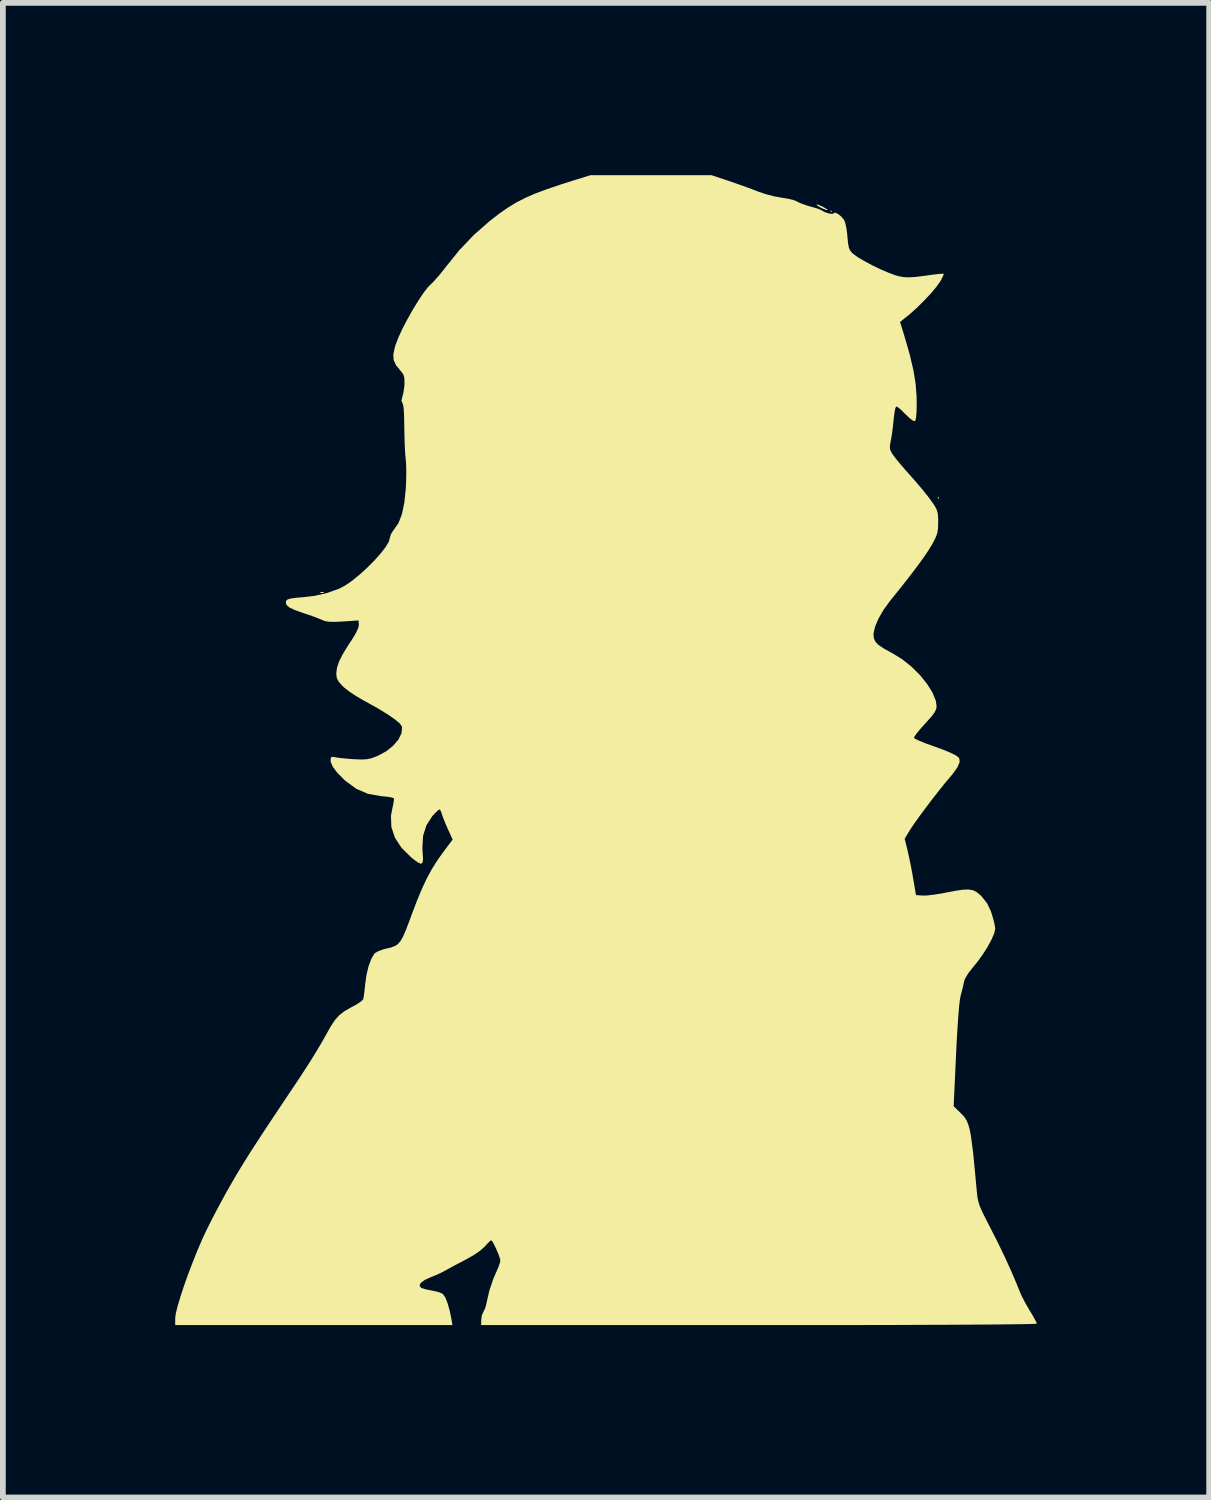
<source format=kicad_pcb>
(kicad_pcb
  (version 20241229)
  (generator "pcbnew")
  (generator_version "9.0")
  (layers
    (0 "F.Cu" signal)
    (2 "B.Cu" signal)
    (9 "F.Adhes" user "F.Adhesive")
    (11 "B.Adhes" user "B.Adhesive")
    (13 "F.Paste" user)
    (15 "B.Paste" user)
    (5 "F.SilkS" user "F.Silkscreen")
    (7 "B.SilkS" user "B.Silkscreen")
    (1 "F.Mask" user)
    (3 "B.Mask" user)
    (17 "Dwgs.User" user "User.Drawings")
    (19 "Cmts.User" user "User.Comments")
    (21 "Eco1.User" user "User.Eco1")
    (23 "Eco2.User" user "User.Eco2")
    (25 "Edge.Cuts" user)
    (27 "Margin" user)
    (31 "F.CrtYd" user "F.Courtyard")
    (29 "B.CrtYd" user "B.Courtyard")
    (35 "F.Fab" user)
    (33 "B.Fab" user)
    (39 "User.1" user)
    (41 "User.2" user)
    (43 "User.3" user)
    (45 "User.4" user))
  (footprint "rouka"
    (layer "F.Cu")
    (at 9.48 10.009)
    (property "Reference" "rouka" (at 0 0 0) (layer "F.SilkS") (effects (font (size 1.524 1.524) (thickness 0.3))))
    (attr through_hole)
    (fp_poly (pts (xy 1.952 -9.382) (xy 1.938 -9.368) (xy 1.924 -9.382) (xy 1.938 -9.396)) (stroke (width 0) (type solid)) (fill yes) (layer "F.SilkS"))
    (fp_poly (pts (xy 3.82 -4.391) (xy 3.806 -4.377) (xy 3.792 -4.391) (xy 3.806 -4.405)) (stroke (width 0) (type solid)) (fill yes) (layer "F.SilkS"))
    (fp_poly (pts (xy -6.894 -2.749) (xy -6.903 -2.737) (xy -6.931 -2.735) (xy -6.961 -2.741) (xy -6.948 -2.751) (xy -6.904 -2.755)) (stroke (width 0) (type solid)) (fill yes) (layer "F.SilkS"))
    (fp_poly (pts (xy 1.713 -9.495) (xy 1.773 -9.47) (xy 1.803 -9.455) (xy 1.866 -9.418) (xy 1.881 -9.4) (xy 1.854 -9.404) (xy 1.788 -9.43) (xy 1.763 -9.442) (xy 1.706 -9.474) (xy 1.683 -9.497) (xy 1.683 -9.5)) (stroke (width 0) (type solid)) (fill yes) (layer "F.SilkS"))
    (fp_poly (pts (xy 0.158 -9.909) (xy 0.307 -9.857) (xy 0.463 -9.802) (xy 0.602 -9.75) (xy 0.669 -9.724) (xy 0.803 -9.678) (xy 0.952 -9.64) (xy 1.079 -9.617) (xy 1.189 -9.6) (xy 1.285 -9.576) (xy 1.347 -9.551) (xy 1.347 -9.55) (xy 1.411 -9.519) (xy 1.505 -9.485) (xy 1.576 -9.464) (xy 1.669 -9.438) (xy 1.74 -9.413) (xy 1.769 -9.399) (xy 1.829 -9.366) (xy 1.898 -9.343) (xy 1.958 -9.335) (xy 1.987 -9.348) (xy 2.012 -9.357) (xy 2.061 -9.334) (xy 2.117 -9.287) (xy 2.164 -9.232) (xy 2.185 -9.178) (xy 2.205 -9.086) (xy 2.22 -8.973) (xy 2.222 -8.945) (xy 2.233 -8.828) (xy 2.247 -8.752) (xy 2.268 -8.7) (xy 2.303 -8.658) (xy 2.322 -8.64) (xy 2.399 -8.584) (xy 2.514 -8.515) (xy 2.652 -8.442) (xy 2.799 -8.371) (xy 2.941 -8.31) (xy 3.063 -8.265) (xy 3.125 -8.248) (xy 3.211 -8.234) (xy 3.301 -8.231) (xy 3.412 -8.238) (xy 3.559 -8.257) (xy 3.584 -8.26) (xy 3.707 -8.277) (xy 3.809 -8.289) (xy 3.877 -8.294) (xy 3.9 -8.294) (xy 3.893 -8.266) (xy 3.864 -8.206) (xy 3.836 -8.156) (xy 3.771 -8.065) (xy 3.675 -7.95) (xy 3.557 -7.825) (xy 3.431 -7.7) (xy 3.306 -7.588) (xy 3.263 -7.554) (xy 3.139 -7.454) (xy 3.228 -7.164) (xy 3.312 -6.869) (xy 3.372 -6.61) (xy 3.41 -6.376) (xy 3.427 -6.153) (xy 3.429 -6.047) (xy 3.426 -5.891) (xy 3.417 -5.785) (xy 3.402 -5.732) (xy 3.397 -5.727) (xy 3.362 -5.736) (xy 3.302 -5.782) (xy 3.229 -5.852) (xy 3.16 -5.921) (xy 3.103 -5.968) (xy 3.071 -5.983) (xy 3.07 -5.982) (xy 3.056 -5.949) (xy 3.042 -5.875) (xy 3.029 -5.775) (xy 3.027 -5.751) (xy 3.013 -5.621) (xy 2.996 -5.491) (xy 2.978 -5.389) (xy 2.962 -5.3) (xy 2.964 -5.24) (xy 2.988 -5.184) (xy 3.018 -5.138) (xy 3.065 -5.075) (xy 3.14 -4.984) (xy 3.231 -4.878) (xy 3.317 -4.782) (xy 3.422 -4.662) (xy 3.528 -4.537) (xy 3.621 -4.421) (xy 3.673 -4.352) (xy 3.738 -4.259) (xy 3.776 -4.189) (xy 3.795 -4.123) (xy 3.802 -4.039) (xy 3.803 -3.975) (xy 3.8 -3.863) (xy 3.787 -3.777) (xy 3.755 -3.694) (xy 3.705 -3.596) (xy 3.64 -3.488) (xy 3.552 -3.357) (xy 3.437 -3.199) (xy 3.293 -3.01) (xy 3.117 -2.787) (xy 2.96 -2.592) (xy 2.851 -2.442) (xy 2.764 -2.291) (xy 2.704 -2.15) (xy 2.677 -2.032) (xy 2.677 -2.013) (xy 2.683 -1.945) (xy 2.709 -1.888) (xy 2.76 -1.834) (xy 2.846 -1.775) (xy 2.974 -1.703) (xy 3.011 -1.684) (xy 3.179 -1.58) (xy 3.339 -1.452) (xy 3.485 -1.307) (xy 3.608 -1.155) (xy 3.703 -1.004) (xy 3.76 -0.864) (xy 3.775 -0.765) (xy 3.768 -0.715) (xy 3.742 -0.66) (xy 3.691 -0.591) (xy 3.607 -0.496) (xy 3.573 -0.459) (xy 3.491 -0.368) (xy 3.427 -0.29) (xy 3.389 -0.234) (xy 3.381 -0.213) (xy 3.41 -0.193) (xy 3.481 -0.16) (xy 3.582 -0.119) (xy 3.682 -0.083) (xy 3.876 -0.013) (xy 4.019 0.046) (xy 4.114 0.094) (xy 4.165 0.135) (xy 4.169 0.141) (xy 4.177 0.206) (xy 4.138 0.299) (xy 4.052 0.419) (xy 4.012 0.466) (xy 3.923 0.571) (xy 3.817 0.704) (xy 3.701 0.852) (xy 3.585 1.005) (xy 3.476 1.152) (xy 3.384 1.281) (xy 3.316 1.382) (xy 3.302 1.405) (xy 3.219 1.542) (xy 3.268 1.74) (xy 3.294 1.857) (xy 3.325 2.005) (xy 3.354 2.159) (xy 3.366 2.231) (xy 3.416 2.523) (xy 3.53 2.532) (xy 3.607 2.53) (xy 3.72 2.517) (xy 3.85 2.497) (xy 3.924 2.483) (xy 4.101 2.449) (xy 4.235 2.429) (xy 4.334 2.426) (xy 4.411 2.44) (xy 4.474 2.472) (xy 4.535 2.523) (xy 4.562 2.55) (xy 4.654 2.666) (xy 4.719 2.802) (xy 4.738 2.86) (xy 4.768 2.963) (xy 4.788 3.053) (xy 4.796 3.108) (xy 4.779 3.186) (xy 4.733 3.294) (xy 4.665 3.421) (xy 4.581 3.554) (xy 4.489 3.681) (xy 4.434 3.748) (xy 4.33 3.879) (xy 4.268 3.983) (xy 4.25 4.04) (xy 4.231 4.132) (xy 4.203 4.238) (xy 4.195 4.266) (xy 4.182 4.336) (xy 4.167 4.458) (xy 4.153 4.63) (xy 4.138 4.849) (xy 4.123 5.11) (xy 4.114 5.296) (xy 4.072 6.2) (xy 4.192 6.316) (xy 4.234 6.358) (xy 4.27 6.402) (xy 4.3 6.453) (xy 4.326 6.516) (xy 4.349 6.597) (xy 4.37 6.702) (xy 4.389 6.836) (xy 4.41 7.004) (xy 4.431 7.213) (xy 4.455 7.467) (xy 4.476 7.695) (xy 4.486 7.781) (xy 4.501 7.856) (xy 4.525 7.934) (xy 4.564 8.025) (xy 4.621 8.141) (xy 4.7 8.295) (xy 4.7 8.295) (xy 4.832 8.554) (xy 4.96 8.819) (xy 5.076 9.074) (xy 5.174 9.304) (xy 5.216 9.411) (xy 5.257 9.503) (xy 5.317 9.62) (xy 5.384 9.737) (xy 5.395 9.755) (xy 5.452 9.85) (xy 5.495 9.928) (xy 5.519 9.976) (xy 5.521 9.984) (xy 5.493 9.987) (xy 5.412 9.99) (xy 5.279 9.993) (xy 5.097 9.995) (xy 4.867 9.998) (xy 4.592 10) (xy 4.273 10.002) (xy 3.914 10.004) (xy 3.515 10.005) (xy 3.079 10.007) (xy 2.608 10.008) (xy 2.105 10.009) (xy 1.57 10.009) (xy 1.007 10.009) (xy 0.683 10.009) (xy -4.154 10.009) (xy -4.153 9.919) (xy -4.141 9.838) (xy -4.114 9.777) (xy -4.084 9.717) (xy -4.061 9.631) (xy -4.057 9.61) (xy -4.011 9.407) (xy -3.938 9.194) (xy -3.887 9.077) (xy -3.849 8.99) (xy -3.825 8.916) (xy -3.82 8.887) (xy -3.83 8.839) (xy -3.857 8.765) (xy -3.893 8.681) (xy -3.93 8.604) (xy -3.962 8.549) (xy -3.979 8.532) (xy -4.005 8.551) (xy -4.053 8.6) (xy -4.086 8.637) (xy -4.166 8.71) (xy -4.287 8.793) (xy -4.437 8.877) (xy -4.556 8.939) (xy -4.665 8.997) (xy -4.748 9.043) (xy -4.782 9.062) (xy -4.855 9.1) (xy -4.955 9.145) (xy -5.026 9.173) (xy -5.136 9.223) (xy -5.204 9.274) (xy -5.227 9.321) (xy -5.201 9.359) (xy -5.193 9.363) (xy -5.137 9.382) (xy -5.051 9.401) (xy -5.005 9.409) (xy -4.913 9.429) (xy -4.838 9.458) (xy -4.816 9.473) (xy -4.776 9.532) (xy -4.736 9.635) (xy -4.699 9.768) (xy -4.671 9.905) (xy -4.654 10.009) (xy -9.48 10.009) (xy -9.48 9.886) (xy -9.469 9.805) (xy -9.439 9.682) (xy -9.392 9.525) (xy -9.333 9.343) (xy -9.263 9.145) (xy -9.185 8.94) (xy -9.104 8.736) (xy -9.021 8.542) (xy -8.98 8.45) (xy -8.907 8.298) (xy -8.814 8.115) (xy -8.71 7.918) (xy -8.605 7.725) (xy -8.534 7.6) (xy -8.466 7.481) (xy -8.399 7.367) (xy -8.329 7.252) (xy -8.255 7.132) (xy -8.173 7.001) (xy -8.078 6.855) (xy -7.969 6.687) (xy -7.841 6.493) (xy -7.691 6.268) (xy -7.517 6.007) (xy -7.33 5.729) (xy -7.221 5.561) (xy -7.11 5.388) (xy -7.007 5.22) (xy -6.92 5.073) (xy -6.861 4.967) (xy -6.775 4.814) (xy -6.7 4.7) (xy -6.623 4.614) (xy -6.533 4.544) (xy -6.419 4.479) (xy -6.384 4.461) (xy -6.299 4.412) (xy -6.235 4.367) (xy -6.208 4.338) (xy -6.198 4.291) (xy -6.186 4.206) (xy -6.175 4.098) (xy -6.173 4.079) (xy -6.15 3.914) (xy -6.114 3.762) (xy -6.067 3.636) (xy -6.016 3.548) (xy -6 3.532) (xy -5.945 3.5) (xy -5.86 3.469) (xy -5.816 3.458) (xy -5.729 3.437) (xy -5.662 3.413) (xy -5.607 3.38) (xy -5.561 3.328) (xy -5.516 3.251) (xy -5.468 3.142) (xy -5.411 2.993) (xy -5.365 2.869) (xy -5.269 2.616) (xy -5.181 2.404) (xy -5.095 2.223) (xy -5.006 2.061) (xy -4.907 1.905) (xy -4.791 1.744) (xy -4.773 1.72) (xy -4.65 1.557) (xy -4.735 1.371) (xy -4.78 1.267) (xy -4.817 1.173) (xy -4.839 1.109) (xy -4.839 1.108) (xy -4.859 1.053) (xy -4.88 1.032) (xy -4.909 1.051) (xy -4.961 1.102) (xy -5.004 1.149) (xy -5.107 1.309) (xy -5.165 1.493) (xy -5.177 1.706) (xy -5.173 1.774) (xy -5.165 1.892) (xy -5.174 1.96) (xy -5.204 1.979) (xy -5.261 1.952) (xy -5.352 1.883) (xy -5.367 1.871) (xy -5.539 1.702) (xy -5.655 1.524) (xy -5.717 1.338) (xy -5.724 1.144) (xy -5.703 1.03) (xy -5.683 0.938) (xy -5.672 0.868) (xy -5.673 0.838) (xy -5.705 0.826) (xy -5.778 0.813) (xy -5.878 0.802) (xy -5.896 0.801) (xy -6.123 0.761) (xy -6.326 0.674) (xy -6.515 0.536) (xy -6.543 0.51) (xy -6.661 0.39) (xy -6.735 0.292) (xy -6.771 0.21) (xy -6.775 0.171) (xy -6.769 0.128) (xy -6.741 0.116) (xy -6.685 0.125) (xy -6.614 0.136) (xy -6.508 0.147) (xy -6.386 0.157) (xy -6.359 0.158) (xy -6.235 0.163) (xy -6.143 0.158) (xy -6.063 0.141) (xy -5.973 0.107) (xy -5.949 0.097) (xy -5.805 0.019) (xy -5.684 -0.078) (xy -5.593 -0.186) (xy -5.54 -0.295) (xy -5.531 -0.397) (xy -5.534 -0.411) (xy -5.569 -0.463) (xy -5.654 -0.535) (xy -5.783 -0.624) (xy -5.955 -0.729) (xy -6.167 -0.847) (xy -6.202 -0.866) (xy -6.324 -0.937) (xy -6.441 -1.014) (xy -6.534 -1.086) (xy -6.566 -1.115) (xy -6.632 -1.189) (xy -6.665 -1.25) (xy -6.675 -1.318) (xy -6.675 -1.347) (xy -6.662 -1.44) (xy -6.626 -1.546) (xy -6.561 -1.674) (xy -6.465 -1.831) (xy -6.411 -1.912) (xy -6.334 -2.038) (xy -6.291 -2.134) (xy -6.283 -2.183) (xy -6.287 -2.258) (xy -6.559 -2.24) (xy -6.699 -2.233) (xy -6.796 -2.235) (xy -6.867 -2.245) (xy -6.922 -2.266) (xy -6.989 -2.294) (xy -7.092 -2.333) (xy -7.212 -2.374) (xy -7.261 -2.39) (xy -7.403 -2.441) (xy -7.495 -2.486) (xy -7.544 -2.53) (xy -7.555 -2.577) (xy -7.548 -2.6) (xy -7.524 -2.623) (xy -7.467 -2.64) (xy -7.367 -2.653) (xy -7.272 -2.661) (xy -7.049 -2.687) (xy -6.849 -2.732) (xy -6.641 -2.805) (xy -6.622 -2.813) (xy -6.518 -2.868) (xy -6.398 -2.951) (xy -6.268 -3.057) (xy -6.138 -3.175) (xy -6.015 -3.299) (xy -5.906 -3.421) (xy -5.819 -3.533) (xy -5.762 -3.628) (xy -5.744 -3.693) (xy -5.725 -3.759) (xy -5.68 -3.83) (xy -5.675 -3.835) (xy -5.593 -3.953) (xy -5.532 -4.111) (xy -5.49 -4.314) (xy -5.465 -4.559) (xy -5.459 -4.711) (xy -5.457 -4.864) (xy -5.461 -4.997) (xy -5.468 -5.074) (xy -5.477 -5.173) (xy -5.484 -5.31) (xy -5.489 -5.467) (xy -5.492 -5.627) (xy -5.492 -5.633) (xy -5.495 -5.812) (xy -5.502 -5.942) (xy -5.514 -6.021) (xy -5.525 -6.043) (xy -5.542 -6.085) (xy -5.526 -6.151) (xy -5.525 -6.153) (xy -5.506 -6.228) (xy -5.492 -6.328) (xy -5.488 -6.378) (xy -5.49 -6.474) (xy -5.507 -6.539) (xy -5.549 -6.595) (xy -5.554 -6.601) (xy -5.635 -6.7) (xy -5.677 -6.79) (xy -5.683 -6.889) (xy -5.656 -7.014) (xy -5.641 -7.062) (xy -5.592 -7.189) (xy -5.522 -7.339) (xy -5.438 -7.501) (xy -5.345 -7.665) (xy -5.251 -7.819) (xy -5.162 -7.953) (xy -5.084 -8.055) (xy -5.034 -8.106) (xy -4.976 -8.163) (xy -4.899 -8.25) (xy -4.815 -8.353) (xy -4.774 -8.406) (xy -4.53 -8.708) (xy -4.281 -8.969) (xy -4.011 -9.206) (xy -3.992 -9.221) (xy -3.836 -9.342) (xy -3.689 -9.444) (xy -3.544 -9.533) (xy -3.39 -9.612) (xy -3.217 -9.688) (xy -3.016 -9.763) (xy -2.778 -9.844) (xy -2.568 -9.911) (xy -2.251 -10.009) (xy -0.144 -10.009)) (stroke (width 0) (type solid)) (fill yes) (layer "F.SilkS")))
  (gr_rect
    (start -3 -3)
    (end 18 23.019)
    (stroke (width 0.1) (type default))
    (fill no)
    (layer "Edge.Cuts")))
</source>
